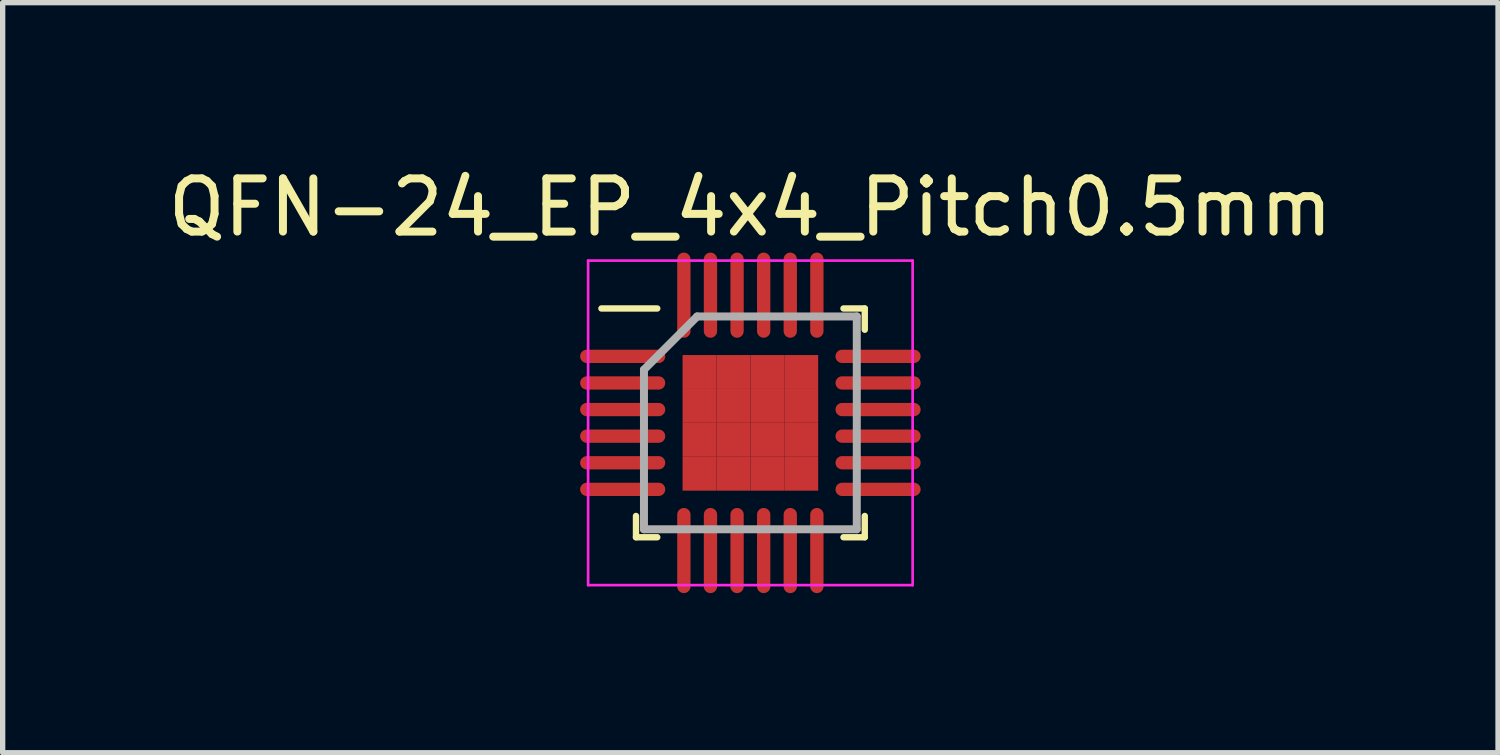
<source format=kicad_pcb>
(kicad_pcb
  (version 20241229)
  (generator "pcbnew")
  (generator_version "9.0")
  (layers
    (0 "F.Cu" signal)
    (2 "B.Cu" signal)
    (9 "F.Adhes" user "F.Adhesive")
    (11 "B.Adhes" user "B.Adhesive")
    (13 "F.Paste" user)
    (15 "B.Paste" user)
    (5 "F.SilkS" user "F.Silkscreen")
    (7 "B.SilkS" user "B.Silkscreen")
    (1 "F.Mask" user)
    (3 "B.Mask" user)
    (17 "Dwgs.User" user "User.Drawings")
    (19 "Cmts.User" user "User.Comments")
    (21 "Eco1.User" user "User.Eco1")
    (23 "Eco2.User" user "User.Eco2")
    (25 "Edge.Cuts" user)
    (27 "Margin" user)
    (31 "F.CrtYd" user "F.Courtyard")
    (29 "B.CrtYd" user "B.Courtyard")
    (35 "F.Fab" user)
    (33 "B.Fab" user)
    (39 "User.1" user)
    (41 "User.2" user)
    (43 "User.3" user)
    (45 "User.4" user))
  (footprint "QFN-24_EP_4x4_Pitch0.5mm"
    (layer "F.Cu")
    (at 11.054 4.898)
    (property "Reference" "QFN-24_EP_4x4_Pitch0.5mm" (at 0 -4.05 0) (layer "F.SilkS") (effects (font (size 1 1) (thickness 0.15))))
    (attr smd)
    (fp_line (start -2.15 2.15) (end -2.15 1.75) (stroke (width 0.12) (type solid)) (layer "F.SilkS"))
    (fp_line (start -1.75 -2.15) (end -2.8 -2.15) (stroke (width 0.12) (type solid)) (layer "F.SilkS"))
    (fp_line (start -1.75 2.15) (end -2.15 2.15) (stroke (width 0.12) (type solid)) (layer "F.SilkS"))
    (fp_line (start 1.75 -2.15) (end 2.15 -2.15) (stroke (width 0.12) (type solid)) (layer "F.SilkS"))
    (fp_line (start 1.75 2.15) (end 2.15 2.15) (stroke (width 0.12) (type solid)) (layer "F.SilkS"))
    (fp_line (start 2.15 -2.15) (end 2.15 -1.75) (stroke (width 0.12) (type solid)) (layer "F.SilkS"))
    (fp_line (start 2.15 2.15) (end 2.15 1.75) (stroke (width 0.12) (type solid)) (layer "F.SilkS"))
    (fp_line (start -3.05 -3.05) (end 3.05 -3.05) (stroke (width 0.05) (type solid)) (layer "F.CrtYd"))
    (fp_line (start -3.05 3.05) (end -3.05 -3.05) (stroke (width 0.05) (type solid)) (layer "F.CrtYd"))
    (fp_line (start 3.05 -3.05) (end 3.05 3.05) (stroke (width 0.05) (type solid)) (layer "F.CrtYd"))
    (fp_line (start 3.05 3.05) (end -3.05 3.05) (stroke (width 0.05) (type solid)) (layer "F.CrtYd"))
    (fp_line (start -2 -1) (end -2 2) (stroke (width 0.15) (type solid)) (layer "F.Fab"))
    (fp_line (start -2 2) (end 2 2) (stroke (width 0.15) (type solid)) (layer "F.Fab"))
    (fp_line (start -1 -2) (end -2 -1) (stroke (width 0.15) (type solid)) (layer "F.Fab"))
    (fp_line (start 2 -2) (end -1 -2) (stroke (width 0.15) (type solid)) (layer "F.Fab"))
    (fp_line (start 2 2) (end 2 -2) (stroke (width 0.15) (type solid)) (layer "F.Fab"))
    (pad "1" smd oval (at -2.4 -1.25 90) (size 0.25 1.6) (layers "F.Cu" "F.Mask" "F.Paste"))
    (pad "2" smd oval (at -2.4 -0.75 90) (size 0.25 1.6) (layers "F.Cu" "F.Mask" "F.Paste"))
    (pad "3" smd oval (at -2.4 -0.25 90) (size 0.25 1.6) (layers "F.Cu" "F.Mask" "F.Paste"))
    (pad "4" smd oval (at -2.4 0.25 90) (size 0.25 1.6) (layers "F.Cu" "F.Mask" "F.Paste"))
    (pad "5" smd oval (at -2.4 0.75 90) (size 0.25 1.6) (layers "F.Cu" "F.Mask" "F.Paste"))
    (pad "6" smd oval (at -2.4 1.25 90) (size 0.25 1.6) (layers "F.Cu" "F.Mask" "F.Paste"))
    (pad "7" smd oval (at -1.25 2.4) (size 0.25 1.6) (layers "F.Cu" "F.Mask" "F.Paste"))
    (pad "8" smd oval (at -0.75 2.4) (size 0.25 1.6) (layers "F.Cu" "F.Mask" "F.Paste"))
    (pad "9" smd oval (at -0.25 2.4) (size 0.25 1.6) (layers "F.Cu" "F.Mask" "F.Paste"))
    (pad "10" smd oval (at 0.25 2.4) (size 0.25 1.6) (layers "F.Cu" "F.Mask" "F.Paste"))
    (pad "11" smd oval (at 0.75 2.4) (size 0.25 1.6) (layers "F.Cu" "F.Mask" "F.Paste"))
    (pad "12" smd oval (at 1.25 2.4) (size 0.25 1.6) (layers "F.Cu" "F.Mask" "F.Paste"))
    (pad "13" smd oval (at 2.4 1.25 90) (size 0.25 1.6) (layers "F.Cu" "F.Mask" "F.Paste"))
    (pad "14" smd oval (at 2.4 0.75 90) (size 0.25 1.6) (layers "F.Cu" "F.Mask" "F.Paste"))
    (pad "15" smd oval (at 2.4 0.25 90) (size 0.25 1.6) (layers "F.Cu" "F.Mask" "F.Paste"))
    (pad "16" smd oval (at 2.4 -0.25 90) (size 0.25 1.6) (layers "F.Cu" "F.Mask" "F.Paste"))
    (pad "17" smd oval (at 2.4 -0.75 90) (size 0.25 1.6) (layers "F.Cu" "F.Mask" "F.Paste"))
    (pad "18" smd oval (at 2.4 -1.25 90) (size 0.25 1.6) (layers "F.Cu" "F.Mask" "F.Paste"))
    (pad "19" smd oval (at 1.25 -2.4) (size 0.25 1.6) (layers "F.Cu" "F.Mask" "F.Paste"))
    (pad "20" smd oval (at 0.75 -2.4) (size 0.25 1.6) (layers "F.Cu" "F.Mask" "F.Paste"))
    (pad "21" smd oval (at 0.25 -2.4) (size 0.25 1.6) (layers "F.Cu" "F.Mask" "F.Paste"))
    (pad "22" smd oval (at -0.25 -2.4) (size 0.25 1.6) (layers "F.Cu" "F.Mask" "F.Paste"))
    (pad "23" smd oval (at -0.75 -2.4) (size 0.25 1.6) (layers "F.Cu" "F.Mask" "F.Paste"))
    (pad "24" smd oval (at -1.25 -2.4) (size 0.25 1.6) (layers "F.Cu" "F.Mask" "F.Paste"))
    (pad "25" smd rect (at -0.956 -0.956) (size 0.637 0.637) (layers "F.Cu" "F.Mask" "F.Paste"))
    (pad "25" smd rect (at -0.956 -0.319) (size 0.637 0.637) (layers "F.Cu" "F.Mask" "F.Paste"))
    (pad "25" smd rect (at -0.956 0.319) (size 0.637 0.637) (layers "F.Cu" "F.Mask" "F.Paste"))
    (pad "25" smd rect (at -0.956 0.956) (size 0.637 0.637) (layers "F.Cu" "F.Mask" "F.Paste"))
    (pad "25" smd rect (at -0.319 -0.956) (size 0.637 0.637) (layers "F.Cu" "F.Mask" "F.Paste"))
    (pad "25" smd rect (at -0.319 -0.319) (size 0.637 0.637) (layers "F.Cu" "F.Mask" "F.Paste"))
    (pad "25" smd rect (at -0.319 0.319) (size 0.637 0.637) (layers "F.Cu" "F.Mask" "F.Paste"))
    (pad "25" smd rect (at -0.319 0.956) (size 0.637 0.637) (layers "F.Cu" "F.Mask" "F.Paste"))
    (pad "25" smd rect (at 0.319 -0.956) (size 0.637 0.637) (layers "F.Cu" "F.Mask" "F.Paste"))
    (pad "25" smd rect (at 0.319 -0.319) (size 0.637 0.637) (layers "F.Cu" "F.Mask" "F.Paste"))
    (pad "25" smd rect (at 0.319 0.319) (size 0.637 0.637) (layers "F.Cu" "F.Mask" "F.Paste"))
    (pad "25" smd rect (at 0.319 0.956) (size 0.637 0.637) (layers "F.Cu" "F.Mask" "F.Paste"))
    (pad "25" smd rect (at 0.956 -0.956) (size 0.637 0.637) (layers "F.Cu" "F.Mask" "F.Paste"))
    (pad "25" smd rect (at 0.956 -0.319) (size 0.637 0.637) (layers "F.Cu" "F.Mask" "F.Paste"))
    (pad "25" smd rect (at 0.956 0.319) (size 0.637 0.637) (layers "F.Cu" "F.Mask" "F.Paste"))
    (pad "25" smd rect (at 0.956 0.956) (size 0.637 0.637) (layers "F.Cu" "F.Mask" "F.Paste")))
  (gr_rect
    (start -3 -3)
    (end 25.107 11.098)
    (stroke (width 0.1) (type default))
    (fill no)
    (layer "Edge.Cuts")))
</source>
